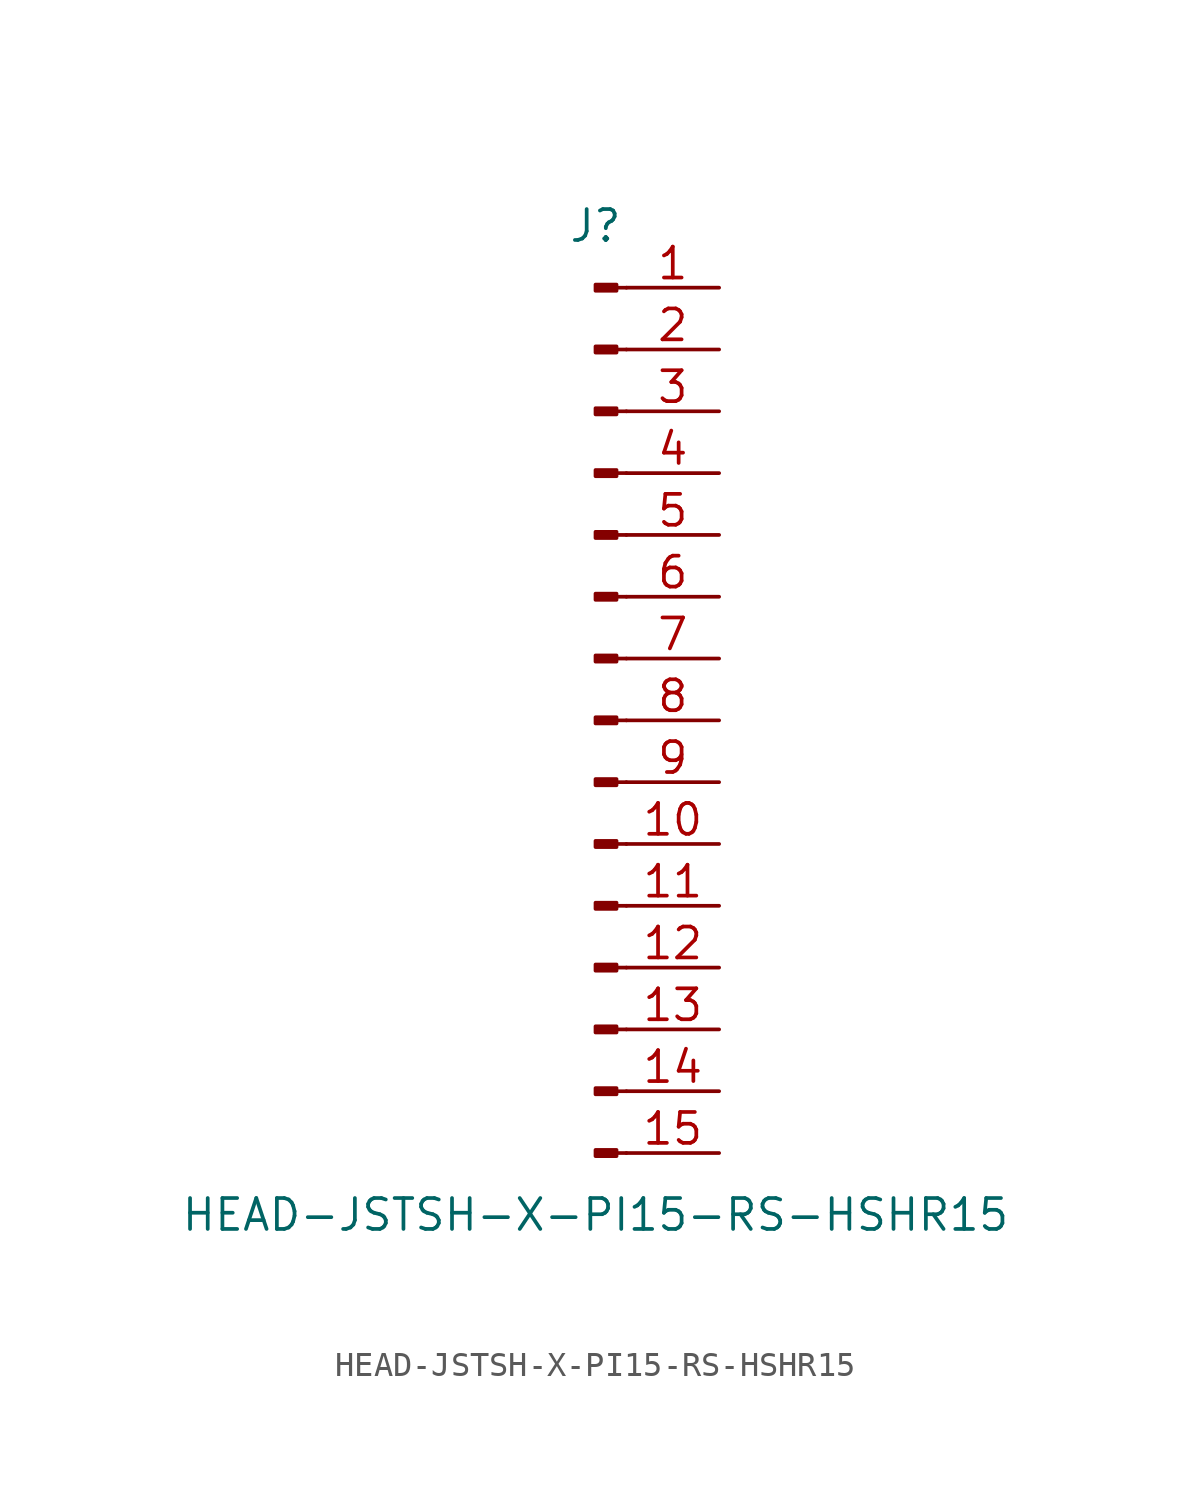
<source format=kicad_sym>
(kicad_symbol_lib
  (version 20211014)
  (generator kicad_symbol_editor)
  (symbol "HEAD-JSTSH-X-PI15-RS-HSHR15"
    (pin_names
      (offset 1.016) hide)
    (property "Reference" "J"
      (at 0 20.32 0)
      (effects (font (size 1.27 1.27))))
    (property "Value" "HEAD-JSTSH-X-PI15-RS-HSHR15"
      (at 0 -20.32 0)
      (effects (font (size 1.27 1.27))))
    (symbol "HEAD-JSTSH-X-PI15-RS-HSHR15_1_1"
      (polyline (pts (xy 1.27 -17.78) (xy 0.864 -17.78)) (stroke (width 0.152) (type default) (color 0 0 0 0)) (fill (type none)))
      (polyline (pts (xy 1.27 -15.24) (xy 0.864 -15.24)) (stroke (width 0.152) (type default) (color 0 0 0 0)) (fill (type none)))
      (polyline (pts (xy 1.27 -12.7) (xy 0.864 -12.7)) (stroke (width 0.152) (type default) (color 0 0 0 0)) (fill (type none)))
      (polyline (pts (xy 1.27 -10.16) (xy 0.864 -10.16)) (stroke (width 0.152) (type default) (color 0 0 0 0)) (fill (type none)))
      (polyline (pts (xy 1.27 -7.62) (xy 0.864 -7.62)) (stroke (width 0.152) (type default) (color 0 0 0 0)) (fill (type none)))
      (polyline (pts (xy 1.27 -5.08) (xy 0.864 -5.08)) (stroke (width 0.152) (type default) (color 0 0 0 0)) (fill (type none)))
      (polyline (pts (xy 1.27 -2.54) (xy 0.864 -2.54)) (stroke (width 0.152) (type default) (color 0 0 0 0)) (fill (type none)))
      (polyline (pts (xy 1.27 0) (xy 0.864 0)) (stroke (width 0.152) (type default) (color 0 0 0 0)) (fill (type none)))
      (polyline (pts (xy 1.27 2.54) (xy 0.864 2.54)) (stroke (width 0.152) (type default) (color 0 0 0 0)) (fill (type none)))
      (polyline (pts (xy 1.27 5.08) (xy 0.864 5.08)) (stroke (width 0.152) (type default) (color 0 0 0 0)) (fill (type none)))
      (polyline (pts (xy 1.27 7.62) (xy 0.864 7.62)) (stroke (width 0.152) (type default) (color 0 0 0 0)) (fill (type none)))
      (polyline (pts (xy 1.27 10.16) (xy 0.864 10.16)) (stroke (width 0.152) (type default) (color 0 0 0 0)) (fill (type none)))
      (polyline (pts (xy 1.27 12.7) (xy 0.864 12.7)) (stroke (width 0.152) (type default) (color 0 0 0 0)) (fill (type none)))
      (polyline (pts (xy 1.27 15.24) (xy 0.864 15.24)) (stroke (width 0.152) (type default) (color 0 0 0 0)) (fill (type none)))
      (polyline (pts (xy 1.27 17.78) (xy 0.864 17.78)) (stroke (width 0.152) (type default) (color 0 0 0 0)) (fill (type none)))
      (rectangle (start 0.864 -17.653) (end 0 -17.907) (stroke (width 0.152) (type default) (color 0 0 0 0)) (fill (type outline)))
      (rectangle (start 0.864 -15.113) (end 0 -15.367) (stroke (width 0.152) (type default) (color 0 0 0 0)) (fill (type outline)))
      (rectangle (start 0.864 -12.573) (end 0 -12.827) (stroke (width 0.152) (type default) (color 0 0 0 0)) (fill (type outline)))
      (rectangle (start 0.864 -10.033) (end 0 -10.287) (stroke (width 0.152) (type default) (color 0 0 0 0)) (fill (type outline)))
      (rectangle (start 0.864 -7.493) (end 0 -7.747) (stroke (width 0.152) (type default) (color 0 0 0 0)) (fill (type outline)))
      (rectangle (start 0.864 -4.953) (end 0 -5.207) (stroke (width 0.152) (type default) (color 0 0 0 0)) (fill (type outline)))
      (rectangle (start 0.864 -2.413) (end 0 -2.667) (stroke (width 0.152) (type default) (color 0 0 0 0)) (fill (type outline)))
      (rectangle (start 0.864 0.127) (end 0 -0.127) (stroke (width 0.152) (type default) (color 0 0 0 0)) (fill (type outline)))
      (rectangle (start 0.864 2.667) (end 0 2.413) (stroke (width 0.152) (type default) (color 0 0 0 0)) (fill (type outline)))
      (rectangle (start 0.864 5.207) (end 0 4.953) (stroke (width 0.152) (type default) (color 0 0 0 0)) (fill (type outline)))
      (rectangle (start 0.864 7.747) (end 0 7.493) (stroke (width 0.152) (type default) (color 0 0 0 0)) (fill (type outline)))
      (rectangle (start 0.864 10.287) (end 0 10.033) (stroke (width 0.152) (type default) (color 0 0 0 0)) (fill (type outline)))
      (rectangle (start 0.864 12.827) (end 0 12.573) (stroke (width 0.152) (type default) (color 0 0 0 0)) (fill (type outline)))
      (rectangle (start 0.864 15.367) (end 0 15.113) (stroke (width 0.152) (type default) (color 0 0 0 0)) (fill (type outline)))
      (rectangle (start 0.864 17.907) (end 0 17.653) (stroke (width 0.152) (type default) (color 0 0 0 0)) (fill (type outline)))
      (pin passive line (at 5.08 17.78 180) (length 3.81) (name "Pin_1" (effects (font (size 1.27 1.27)))) (number "1" (effects (font (size 1.27 1.27)))))
      (pin passive line (at 5.08 -5.08 180) (length 3.81) (name "Pin_10" (effects (font (size 1.27 1.27)))) (number "10" (effects (font (size 1.27 1.27)))))
      (pin passive line (at 5.08 -7.62 180) (length 3.81) (name "Pin_11" (effects (font (size 1.27 1.27)))) (number "11" (effects (font (size 1.27 1.27)))))
      (pin passive line (at 5.08 -10.16 180) (length 3.81) (name "Pin_12" (effects (font (size 1.27 1.27)))) (number "12" (effects (font (size 1.27 1.27)))))
      (pin passive line (at 5.08 -12.7 180) (length 3.81) (name "Pin_13" (effects (font (size 1.27 1.27)))) (number "13" (effects (font (size 1.27 1.27)))))
      (pin passive line (at 5.08 -15.24 180) (length 3.81) (name "Pin_14" (effects (font (size 1.27 1.27)))) (number "14" (effects (font (size 1.27 1.27)))))
      (pin passive line (at 5.08 -17.78 180) (length 3.81) (name "Pin_15" (effects (font (size 1.27 1.27)))) (number "15" (effects (font (size 1.27 1.27)))))
      (pin passive line (at 5.08 15.24 180) (length 3.81) (name "Pin_2" (effects (font (size 1.27 1.27)))) (number "2" (effects (font (size 1.27 1.27)))))
      (pin passive line (at 5.08 12.7 180) (length 3.81) (name "Pin_3" (effects (font (size 1.27 1.27)))) (number "3" (effects (font (size 1.27 1.27)))))
      (pin passive line (at 5.08 10.16 180) (length 3.81) (name "Pin_4" (effects (font (size 1.27 1.27)))) (number "4" (effects (font (size 1.27 1.27)))))
      (pin passive line (at 5.08 7.62 180) (length 3.81) (name "Pin_5" (effects (font (size 1.27 1.27)))) (number "5" (effects (font (size 1.27 1.27)))))
      (pin passive line (at 5.08 5.08 180) (length 3.81) (name "Pin_6" (effects (font (size 1.27 1.27)))) (number "6" (effects (font (size 1.27 1.27)))))
      (pin passive line (at 5.08 2.54 180) (length 3.81) (name "Pin_7" (effects (font (size 1.27 1.27)))) (number "7" (effects (font (size 1.27 1.27)))))
      (pin passive line (at 5.08 0 180) (length 3.81) (name "Pin_8" (effects (font (size 1.27 1.27)))) (number "8" (effects (font (size 1.27 1.27)))))
      (pin passive line (at 5.08 -2.54 180) (length 3.81) (name "Pin_9" (effects (font (size 1.27 1.27)))) (number "9" (effects (font (size 1.27 1.27))))))))
</source>
